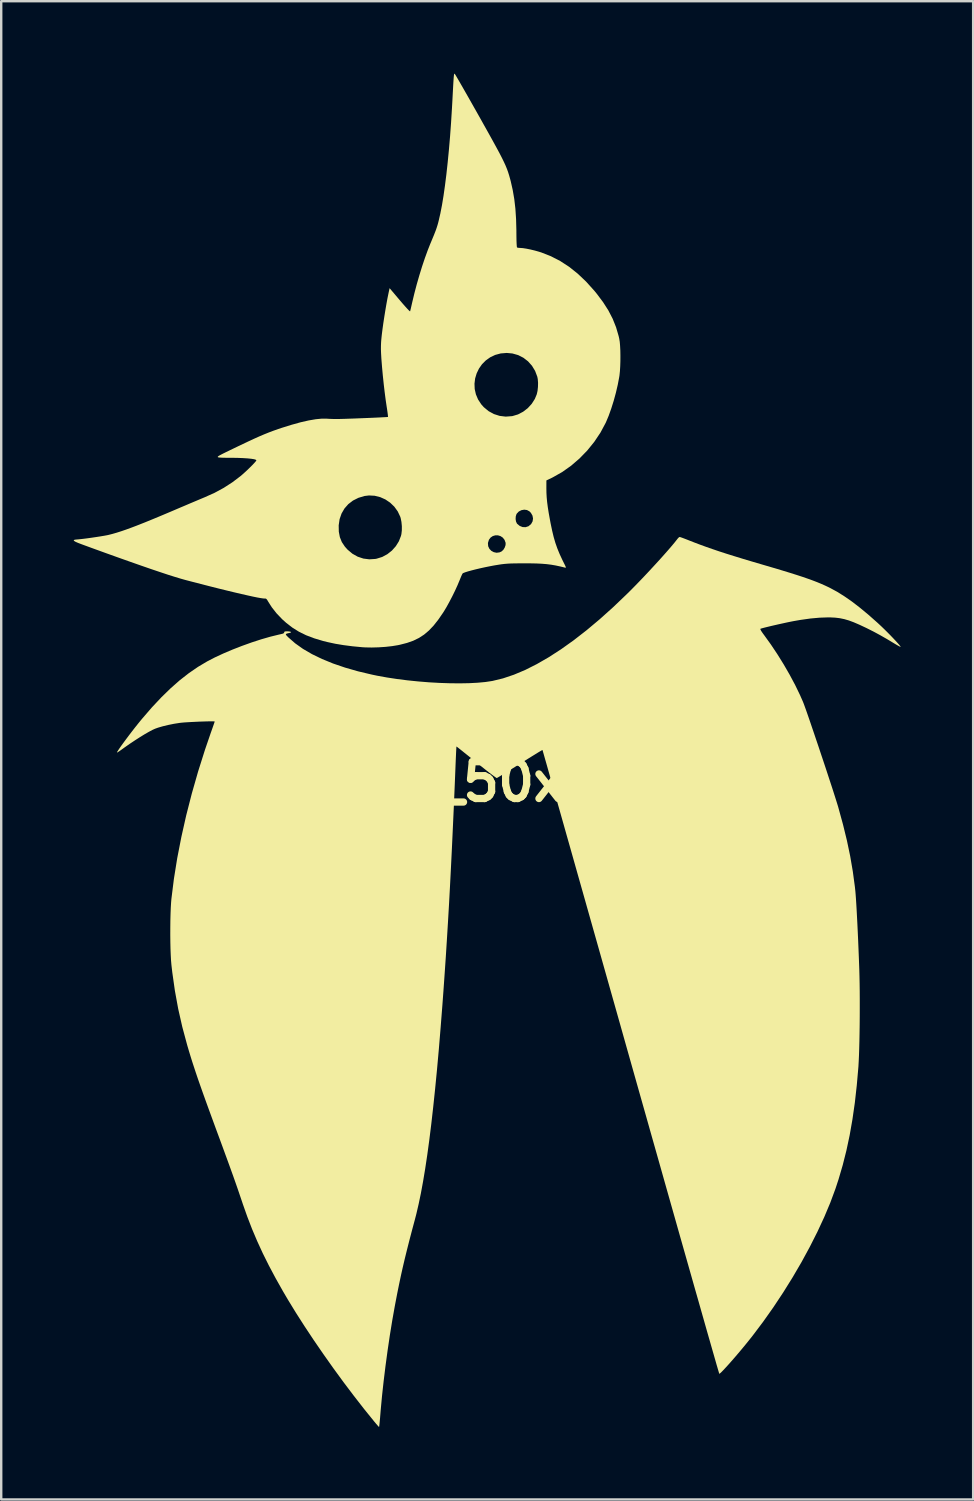
<source format=kicad_pcb>
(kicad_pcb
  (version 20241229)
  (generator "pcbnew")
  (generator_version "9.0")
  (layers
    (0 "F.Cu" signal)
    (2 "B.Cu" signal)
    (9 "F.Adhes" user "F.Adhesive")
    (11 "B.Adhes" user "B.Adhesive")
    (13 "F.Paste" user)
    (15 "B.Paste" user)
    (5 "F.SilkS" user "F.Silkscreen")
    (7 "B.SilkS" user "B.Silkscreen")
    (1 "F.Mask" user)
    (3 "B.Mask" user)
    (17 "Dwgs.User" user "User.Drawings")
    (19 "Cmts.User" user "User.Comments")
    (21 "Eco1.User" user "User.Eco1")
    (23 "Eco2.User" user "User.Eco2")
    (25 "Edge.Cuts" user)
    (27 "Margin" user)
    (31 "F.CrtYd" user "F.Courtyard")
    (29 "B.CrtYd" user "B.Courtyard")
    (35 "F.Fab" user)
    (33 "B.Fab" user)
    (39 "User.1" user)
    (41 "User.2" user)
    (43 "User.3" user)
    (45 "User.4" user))
  (footprint "owl_50x70"
    (layer "F.Cu")
    (at 17.186 29.308)
    (property "Reference" "owl_50x70" (at 0 0 0) (layer "F.SilkS") (effects (font (size 1.524 1.524) (thickness 0.3))))
    (attr board_only exclude_from_pos_files exclude_from_bom)
    (fp_poly (pts (xy -1.414 -29.298) (xy -1.408 -29.29) (xy -1.384 -29.253) (xy -1.338 -29.175) (xy -1.272 -29.063) (xy -1.19 -28.92) (xy -1.092 -28.75) (xy -0.983 -28.559) (xy -0.863 -28.349) (xy -0.737 -28.126) (xy -0.605 -27.893) (xy -0.471 -27.656) (xy -0.337 -27.418) (xy -0.206 -27.183) (xy -0.079 -26.957) (xy 0.04 -26.743) (xy 0.15 -26.545) (xy 0.192 -26.468) (xy 0.331 -26.214) (xy 0.447 -25.998) (xy 0.543 -25.811) (xy 0.623 -25.647) (xy 0.69 -25.5) (xy 0.746 -25.363) (xy 0.794 -25.229) (xy 0.837 -25.091) (xy 0.878 -24.944) (xy 0.9 -24.862) (xy 0.983 -24.495) (xy 1.048 -24.117) (xy 1.094 -23.718) (xy 1.122 -23.29) (xy 1.135 -22.825) (xy 1.135 -22.747) (xy 1.137 -22.548) (xy 1.14 -22.382) (xy 1.146 -22.252) (xy 1.152 -22.163) (xy 1.16 -22.12) (xy 1.163 -22.116) (xy 1.202 -22.104) (xy 1.269 -22.098) (xy 1.293 -22.097) (xy 1.404 -22.089) (xy 1.551 -22.066) (xy 1.719 -22.032) (xy 1.897 -21.989) (xy 2.071 -21.94) (xy 2.166 -21.91) (xy 2.565 -21.753) (xy 2.948 -21.556) (xy 3.317 -21.316) (xy 3.673 -21.032) (xy 4.02 -20.703) (xy 4.36 -20.326) (xy 4.457 -20.207) (xy 4.721 -19.856) (xy 4.941 -19.512) (xy 5.119 -19.168) (xy 5.26 -18.816) (xy 5.367 -18.45) (xy 5.392 -18.34) (xy 5.413 -18.211) (xy 5.427 -18.043) (xy 5.437 -17.846) (xy 5.44 -17.633) (xy 5.439 -17.413) (xy 5.432 -17.198) (xy 5.42 -16.998) (xy 5.402 -16.825) (xy 5.391 -16.754) (xy 5.33 -16.432) (xy 5.252 -16.099) (xy 5.161 -15.766) (xy 5.06 -15.446) (xy 4.954 -15.15) (xy 4.845 -14.89) (xy 4.828 -14.853) (xy 4.614 -14.454) (xy 4.359 -14.073) (xy 4.068 -13.713) (xy 3.746 -13.382) (xy 3.399 -13.083) (xy 3.03 -12.822) (xy 2.646 -12.605) (xy 2.595 -12.579) (xy 2.377 -12.475) (xy 2.376 -12.144) (xy 2.379 -11.962) (xy 2.389 -11.778) (xy 2.407 -11.583) (xy 2.435 -11.369) (xy 2.473 -11.128) (xy 2.523 -10.852) (xy 2.551 -10.702) (xy 2.614 -10.4) (xy 2.678 -10.134) (xy 2.748 -9.893) (xy 2.829 -9.662) (xy 2.924 -9.43) (xy 3.039 -9.182) (xy 3.104 -9.051) (xy 3.151 -8.957) (xy 3.176 -8.899) (xy 3.183 -8.87) (xy 3.172 -8.862) (xy 3.146 -8.867) (xy 2.94 -8.917) (xy 2.751 -8.957) (xy 2.57 -8.988) (xy 2.386 -9.011) (xy 2.19 -9.027) (xy 1.972 -9.038) (xy 1.724 -9.043) (xy 1.438 -9.044) (xy 1.218 -9.043) (xy 1.038 -9.041) (xy 0.89 -9.037) (xy 0.762 -9.03) (xy 0.646 -9.02) (xy 0.532 -9.007) (xy 0.41 -8.989) (xy 0.4 -8.987) (xy 0.216 -8.957) (xy 0.022 -8.92) (xy -0.176 -8.88) (xy -0.371 -8.837) (xy -0.556 -8.793) (xy -0.723 -8.75) (xy -0.868 -8.71) (xy -0.982 -8.674) (xy -1.059 -8.644) (xy -1.09 -8.625) (xy -1.109 -8.591) (xy -1.142 -8.521) (xy -1.182 -8.425) (xy -1.224 -8.321) (xy -1.306 -8.127) (xy -1.406 -7.908) (xy -1.519 -7.678) (xy -1.638 -7.45) (xy -1.755 -7.237) (xy -1.865 -7.054) (xy -1.897 -7.004) (xy -2.096 -6.715) (xy -2.289 -6.47) (xy -2.484 -6.264) (xy -2.685 -6.094) (xy -2.899 -5.955) (xy -3.133 -5.841) (xy -3.392 -5.75) (xy -3.684 -5.675) (xy -3.763 -5.658) (xy -4.005 -5.618) (xy -4.28 -5.587) (xy -4.568 -5.568) (xy -4.854 -5.56) (xy -5.119 -5.565) (xy -5.237 -5.572) (xy -5.648 -5.611) (xy -6.019 -5.659) (xy -6.362 -5.716) (xy -6.686 -5.786) (xy -6.867 -5.831) (xy -7.236 -5.942) (xy -7.565 -6.067) (xy -7.861 -6.212) (xy -8.133 -6.382) (xy -8.39 -6.58) (xy -8.555 -6.728) (xy -8.787 -6.97) (xy -8.986 -7.223) (xy -9.128 -7.445) (xy -9.176 -7.525) (xy -9.211 -7.569) (xy -9.244 -7.587) (xy -9.281 -7.587) (xy -9.34 -7.59) (xy -9.443 -7.605) (xy -9.59 -7.631) (xy -9.775 -7.669) (xy -9.997 -7.718) (xy -10.252 -7.776) (xy -10.538 -7.843) (xy -10.852 -7.919) (xy -11.19 -8.002) (xy -11.55 -8.093) (xy -11.928 -8.19) (xy -12.322 -8.292) (xy -12.57 -8.357) (xy -12.761 -8.411) (xy -12.999 -8.483) (xy -13.281 -8.572) (xy -13.606 -8.68) (xy -13.975 -8.804) (xy -14.385 -8.946) (xy -14.835 -9.104) (xy -15.326 -9.278) (xy -15.856 -9.468) (xy -16.424 -9.674) (xy -16.85 -9.83) (xy -17.004 -9.889) (xy -17.111 -9.936) (xy -17.171 -9.973) (xy -17.186 -10) (xy -17.158 -10.018) (xy -17.086 -10.029) (xy -17.075 -10.029) (xy -16.963 -10.039) (xy -16.814 -10.055) (xy -16.64 -10.077) (xy -16.453 -10.103) (xy -16.263 -10.131) (xy -16.082 -10.159) (xy -15.921 -10.186) (xy -15.792 -10.21) (xy -15.734 -10.223) (xy -15.578 -10.263) (xy -15.408 -10.312) (xy -15.222 -10.371) (xy -15.016 -10.442) (xy -14.786 -10.526) (xy -14.572 -10.607) (xy -6.219 -10.607) (xy -6.214 -10.353) (xy -6.171 -10.128) (xy -6.089 -9.924) (xy -5.963 -9.735) (xy -5.85 -9.609) (xy -5.651 -9.442) (xy -5.432 -9.319) (xy -5.197 -9.241) (xy -4.952 -9.21) (xy -4.701 -9.226) (xy -4.645 -9.237) (xy -4.418 -9.308) (xy -4.206 -9.422) (xy -4.016 -9.572) (xy -3.855 -9.753) (xy -3.778 -9.876) (xy -0.042 -9.876) (xy -0.033 -9.753) (xy 0.017 -9.646) (xy 0.097 -9.562) (xy 0.2 -9.506) (xy 0.315 -9.482) (xy 0.435 -9.497) (xy 0.52 -9.535) (xy 0.594 -9.602) (xy 0.652 -9.696) (xy 0.687 -9.799) (xy 0.69 -9.891) (xy 0.645 -10.016) (xy 0.571 -10.109) (xy 0.477 -10.171) (xy 0.371 -10.203) (xy 0.262 -10.203) (xy 0.158 -10.172) (xy 0.068 -10.111) (xy -0.001 -10.02) (xy -0.039 -9.898) (xy -0.042 -9.876) (xy -3.778 -9.876) (xy -3.728 -9.957) (xy -3.642 -10.178) (xy -3.624 -10.252) (xy -3.606 -10.405) (xy -3.605 -10.581) (xy -3.622 -10.758) (xy -3.646 -10.878) (xy 1.103 -10.878) (xy 1.12 -10.773) (xy 1.158 -10.691) (xy 1.165 -10.682) (xy 1.272 -10.593) (xy 1.392 -10.545) (xy 1.516 -10.54) (xy 1.634 -10.579) (xy 1.644 -10.585) (xy 1.745 -10.673) (xy 1.805 -10.78) (xy 1.824 -10.899) (xy 1.801 -11.019) (xy 1.736 -11.133) (xy 1.674 -11.196) (xy 1.573 -11.25) (xy 1.458 -11.265) (xy 1.342 -11.244) (xy 1.236 -11.189) (xy 1.153 -11.103) (xy 1.138 -11.078) (xy 1.109 -10.986) (xy 1.103 -10.878) (xy -3.646 -10.878) (xy -3.654 -10.917) (xy -3.671 -10.972) (xy -3.776 -11.194) (xy -3.917 -11.389) (xy -4.09 -11.555) (xy -4.287 -11.688) (xy -4.502 -11.784) (xy -4.731 -11.841) (xy -4.966 -11.853) (xy -5.15 -11.831) (xy -5.403 -11.755) (xy -5.628 -11.642) (xy -5.822 -11.493) (xy -5.98 -11.313) (xy -6.101 -11.104) (xy -6.182 -10.871) (xy -6.219 -10.616) (xy -6.219 -10.607) (xy -14.572 -10.607) (xy -14.53 -10.624) (xy -14.243 -10.737) (xy -13.923 -10.868) (xy -13.566 -11.016) (xy -13.168 -11.184) (xy -12.988 -11.261) (xy -12.772 -11.353) (xy -12.559 -11.443) (xy -12.356 -11.53) (xy -12.17 -11.608) (xy -12.007 -11.677) (xy -11.876 -11.732) (xy -11.783 -11.771) (xy -11.775 -11.774) (xy -11.358 -11.961) (xy -10.977 -12.167) (xy -10.618 -12.399) (xy -10.287 -12.65) (xy -10.193 -12.73) (xy -10.09 -12.823) (xy -9.982 -12.923) (xy -9.879 -13.024) (xy -9.785 -13.118) (xy -9.707 -13.201) (xy -9.652 -13.264) (xy -9.626 -13.302) (xy -9.625 -13.307) (xy -9.649 -13.331) (xy -9.72 -13.353) (xy -9.834 -13.371) (xy -9.986 -13.387) (xy -10.174 -13.399) (xy -10.395 -13.408) (xy -10.643 -13.412) (xy -10.744 -13.412) (xy -10.918 -13.413) (xy -11.047 -13.416) (xy -11.137 -13.421) (xy -11.193 -13.428) (xy -11.22 -13.437) (xy -11.225 -13.445) (xy -11.222 -13.456) (xy -11.212 -13.469) (xy -11.189 -13.486) (xy -11.15 -13.51) (xy -11.092 -13.541) (xy -11.009 -13.584) (xy -10.899 -13.638) (xy -10.757 -13.707) (xy -10.579 -13.793) (xy -10.362 -13.898) (xy -10.269 -13.942) (xy -9.979 -14.08) (xy -9.725 -14.198) (xy -9.5 -14.299) (xy -9.295 -14.386) (xy -9.101 -14.464) (xy -8.912 -14.535) (xy -8.719 -14.603) (xy -8.582 -14.649) (xy -8.168 -14.778) (xy -7.794 -14.882) (xy -7.46 -14.958) (xy -7.167 -15.008) (xy -6.916 -15.032) (xy -6.726 -15.031) (xy -6.593 -15.023) (xy -6.446 -15.018) (xy -6.316 -15.016) (xy -6.312 -15.016) (xy -6.232 -15.017) (xy -6.115 -15.02) (xy -5.969 -15.024) (xy -5.799 -15.03) (xy -5.613 -15.036) (xy -5.415 -15.044) (xy -5.213 -15.052) (xy -5.013 -15.06) (xy -4.82 -15.068) (xy -4.642 -15.076) (xy -4.483 -15.084) (xy -4.352 -15.091) (xy -4.253 -15.096) (xy -4.194 -15.101) (xy -4.179 -15.103) (xy -4.179 -15.13) (xy -4.186 -15.198) (xy -4.199 -15.299) (xy -4.217 -15.424) (xy -4.234 -15.533) (xy -4.276 -15.817) (xy -4.317 -16.135) (xy -4.357 -16.475) (xy -4.357 -16.479) (xy -0.599 -16.479) (xy -0.59 -16.258) (xy -0.541 -16.039) (xy -0.451 -15.826) (xy -0.319 -15.625) (xy -0.213 -15.506) (xy -0.015 -15.342) (xy 0.205 -15.222) (xy 0.443 -15.146) (xy 0.692 -15.116) (xy 0.949 -15.135) (xy 0.978 -15.14) (xy 1.202 -15.207) (xy 1.414 -15.318) (xy 1.605 -15.465) (xy 1.769 -15.644) (xy 1.899 -15.848) (xy 1.978 -16.039) (xy 2.01 -16.178) (xy 2.028 -16.343) (xy 2.032 -16.512) (xy 2.02 -16.668) (xy 2.001 -16.766) (xy 1.91 -17.007) (xy 1.78 -17.221) (xy 1.617 -17.404) (xy 1.425 -17.552) (xy 1.209 -17.662) (xy 0.972 -17.729) (xy 0.738 -17.751) (xy 0.487 -17.731) (xy 0.257 -17.669) (xy 0.05 -17.57) (xy -0.132 -17.44) (xy -0.288 -17.283) (xy -0.414 -17.103) (xy -0.509 -16.906) (xy -0.572 -16.697) (xy -0.599 -16.479) (xy -4.357 -16.479) (xy -4.393 -16.82) (xy -4.424 -17.156) (xy -4.449 -17.468) (xy -4.453 -17.522) (xy -4.465 -17.728) (xy -4.471 -17.9) (xy -4.47 -18.052) (xy -4.464 -18.2) (xy -4.454 -18.322) (xy -4.435 -18.505) (xy -4.407 -18.727) (xy -4.373 -18.974) (xy -4.333 -19.237) (xy -4.29 -19.504) (xy -4.246 -19.763) (xy -4.202 -20.004) (xy -4.159 -20.215) (xy -4.142 -20.295) (xy -4.112 -20.432) (xy -3.693 -19.936) (xy -3.575 -19.798) (xy -3.471 -19.68) (xy -3.384 -19.584) (xy -3.318 -19.515) (xy -3.276 -19.478) (xy -3.263 -19.474) (xy -3.254 -19.509) (xy -3.236 -19.583) (xy -3.212 -19.687) (xy -3.184 -19.811) (xy -3.173 -19.857) (xy -3.087 -20.216) (xy -2.989 -20.589) (xy -2.881 -20.964) (xy -2.767 -21.333) (xy -2.65 -21.682) (xy -2.533 -22.003) (xy -2.433 -22.256) (xy -2.35 -22.454) (xy -2.284 -22.614) (xy -2.232 -22.745) (xy -2.19 -22.855) (xy -2.157 -22.953) (xy -2.128 -23.046) (xy -2.101 -23.143) (xy -2.077 -23.238) (xy -2.01 -23.531) (xy -1.944 -23.87) (xy -1.881 -24.253) (xy -1.821 -24.676) (xy -1.763 -25.135) (xy -1.709 -25.628) (xy -1.658 -26.151) (xy -1.611 -26.7) (xy -1.569 -27.272) (xy -1.532 -27.864) (xy -1.513 -28.203) (xy -1.499 -28.472) (xy -1.487 -28.695) (xy -1.477 -28.876) (xy -1.468 -29.019) (xy -1.461 -29.128) (xy -1.454 -29.208) (xy -1.447 -29.262) (xy -1.44 -29.293) (xy -1.432 -29.307) (xy -1.424 -29.308)) (stroke (width 0) (type solid)) (fill yes) (layer "F.SilkS"))
    (fp_poly (pts (xy 7.926 -10.126) (xy 7.997 -10.102) (xy 8.095 -10.065) (xy 8.211 -10.02) (xy 8.243 -10.007) (xy 8.485 -9.912) (xy 8.728 -9.82) (xy 8.977 -9.729) (xy 9.237 -9.638) (xy 9.514 -9.544) (xy 9.812 -9.447) (xy 10.138 -9.345) (xy 10.496 -9.235) (xy 10.891 -9.117) (xy 11.329 -8.988) (xy 11.387 -8.971) (xy 11.786 -8.854) (xy 12.14 -8.748) (xy 12.454 -8.652) (xy 12.733 -8.564) (xy 12.981 -8.483) (xy 13.201 -8.407) (xy 13.4 -8.335) (xy 13.58 -8.266) (xy 13.746 -8.197) (xy 13.902 -8.128) (xy 14.053 -8.057) (xy 14.125 -8.021) (xy 14.413 -7.865) (xy 14.71 -7.679) (xy 15.021 -7.463) (xy 15.347 -7.212) (xy 15.694 -6.925) (xy 16.063 -6.599) (xy 16.133 -6.535) (xy 16.243 -6.432) (xy 16.362 -6.317) (xy 16.485 -6.195) (xy 16.607 -6.072) (xy 16.722 -5.952) (xy 16.827 -5.84) (xy 16.916 -5.743) (xy 16.984 -5.665) (xy 17.027 -5.61) (xy 17.039 -5.586) (xy 17.038 -5.585) (xy 17.014 -5.593) (xy 16.955 -5.623) (xy 16.872 -5.67) (xy 16.772 -5.729) (xy 16.769 -5.731) (xy 16.47 -5.911) (xy 16.194 -6.069) (xy 15.924 -6.215) (xy 15.644 -6.356) (xy 15.588 -6.383) (xy 15.326 -6.506) (xy 15.098 -6.604) (xy 14.894 -6.68) (xy 14.704 -6.735) (xy 14.52 -6.773) (xy 14.333 -6.796) (xy 14.133 -6.806) (xy 14.032 -6.807) (xy 13.685 -6.795) (xy 13.308 -6.761) (xy 12.895 -6.703) (xy 12.613 -6.654) (xy 12.485 -6.629) (xy 12.335 -6.598) (xy 12.171 -6.562) (xy 11.998 -6.524) (xy 11.827 -6.485) (xy 11.663 -6.447) (xy 11.515 -6.411) (xy 11.39 -6.38) (xy 11.296 -6.355) (xy 11.241 -6.338) (xy 11.233 -6.334) (xy 11.234 -6.308) (xy 11.267 -6.245) (xy 11.332 -6.149) (xy 11.392 -6.068) (xy 11.665 -5.689) (xy 11.936 -5.283) (xy 12.198 -4.861) (xy 12.445 -4.433) (xy 12.671 -4.01) (xy 12.869 -3.601) (xy 12.996 -3.313) (xy 13.027 -3.234) (xy 13.072 -3.112) (xy 13.129 -2.952) (xy 13.197 -2.758) (xy 13.274 -2.535) (xy 13.358 -2.288) (xy 13.449 -2.021) (xy 13.544 -1.739) (xy 13.643 -1.447) (xy 13.742 -1.149) (xy 13.842 -0.851) (xy 13.94 -0.556) (xy 14.034 -0.269) (xy 14.124 0.005) (xy 14.208 0.261) (xy 14.283 0.495) (xy 14.349 0.703) (xy 14.404 0.878) (xy 14.447 1.017) (xy 14.46 1.064) (xy 14.652 1.763) (xy 14.815 2.431) (xy 14.95 3.076) (xy 15.058 3.706) (xy 15.142 4.327) (xy 15.163 4.517) (xy 15.174 4.646) (xy 15.187 4.82) (xy 15.201 5.036) (xy 15.216 5.287) (xy 15.231 5.57) (xy 15.247 5.879) (xy 15.263 6.211) (xy 15.279 6.56) (xy 15.294 6.922) (xy 15.309 7.292) (xy 15.323 7.666) (xy 15.327 7.781) (xy 15.334 8.046) (xy 15.34 8.341) (xy 15.344 8.662) (xy 15.346 9) (xy 15.346 9.35) (xy 15.345 9.704) (xy 15.342 10.057) (xy 15.337 10.401) (xy 15.331 10.729) (xy 15.323 11.036) (xy 15.314 11.313) (xy 15.303 11.555) (xy 15.292 11.756) (xy 15.29 11.787) (xy 15.223 12.555) (xy 15.142 13.28) (xy 15.043 13.968) (xy 14.928 14.624) (xy 14.794 15.253) (xy 14.641 15.86) (xy 14.468 16.45) (xy 14.339 16.842) (xy 14.127 17.414) (xy 13.877 18.009) (xy 13.593 18.621) (xy 13.278 19.245) (xy 12.935 19.876) (xy 12.567 20.506) (xy 12.177 21.132) (xy 11.77 21.746) (xy 11.347 22.344) (xy 10.913 22.92) (xy 10.755 23.119) (xy 10.615 23.292) (xy 10.47 23.468) (xy 10.322 23.644) (xy 10.177 23.814) (xy 10.037 23.974) (xy 9.907 24.121) (xy 9.79 24.249) (xy 9.69 24.356) (xy 9.612 24.436) (xy 9.557 24.485) (xy 9.533 24.499) (xy 9.525 24.475) (xy 9.504 24.405) (xy 9.47 24.289) (xy 9.423 24.129) (xy 9.365 23.926) (xy 9.295 23.682) (xy 9.214 23.399) (xy 9.122 23.077) (xy 9.019 22.718) (xy 8.907 22.323) (xy 8.785 21.894) (xy 8.654 21.432) (xy 8.513 20.939) (xy 8.365 20.416) (xy 8.208 19.864) (xy 8.044 19.285) (xy 7.872 18.68) (xy 7.694 18.05) (xy 7.509 17.397) (xy 7.318 16.723) (xy 7.122 16.028) (xy 6.92 15.315) (xy 6.713 14.584) (xy 6.502 13.836) (xy 6.286 13.074) (xy 6.067 12.299) (xy 5.868 11.594) (xy 5.646 10.808) (xy 5.428 10.034) (xy 5.213 9.273) (xy 5.002 8.527) (xy 4.796 7.798) (xy 4.595 7.086) (xy 4.399 6.393) (xy 4.209 5.721) (xy 4.025 5.07) (xy 3.848 4.443) (xy 3.677 3.84) (xy 3.514 3.263) (xy 3.359 2.714) (xy 3.211 2.193) (xy 3.073 1.703) (xy 2.943 1.244) (xy 2.822 0.818) (xy 2.711 0.427) (xy 2.61 0.071) (xy 2.52 -0.248) (xy 2.441 -0.527) (xy 2.373 -0.768) (xy 2.316 -0.966) (xy 2.272 -1.122) (xy 2.24 -1.234) (xy 2.221 -1.3) (xy 2.215 -1.32) (xy 2.192 -1.309) (xy 2.132 -1.274) (xy 2.038 -1.218) (xy 1.915 -1.142) (xy 1.767 -1.051) (xy 1.598 -0.946) (xy 1.414 -0.83) (xy 1.284 -0.749) (xy 1.09 -0.626) (xy 0.907 -0.513) (xy 0.742 -0.41) (xy 0.598 -0.321) (xy 0.48 -0.249) (xy 0.392 -0.196) (xy 0.339 -0.165) (xy 0.325 -0.158) (xy 0.298 -0.171) (xy 0.236 -0.214) (xy 0.143 -0.282) (xy 0.023 -0.373) (xy -0.12 -0.485) (xy -0.283 -0.614) (xy -0.461 -0.757) (xy -0.525 -0.809) (xy -0.699 -0.95) (xy -0.86 -1.08) (xy -1.005 -1.196) (xy -1.129 -1.296) (xy -1.229 -1.375) (xy -1.3 -1.431) (xy -1.339 -1.46) (xy -1.345 -1.463) (xy -1.348 -1.438) (xy -1.352 -1.369) (xy -1.358 -1.265) (xy -1.364 -1.131) (xy -1.371 -0.974) (xy -1.376 -0.86) (xy -1.415 0.105) (xy -1.454 1.023) (xy -1.494 1.901) (xy -1.533 2.741) (xy -1.573 3.549) (xy -1.613 4.327) (xy -1.654 5.082) (xy -1.697 5.816) (xy -1.741 6.535) (xy -1.786 7.242) (xy -1.834 7.942) (xy -1.883 8.639) (xy -1.926 9.222) (xy -2 10.165) (xy -2.074 11.06) (xy -2.15 11.906) (xy -2.228 12.704) (xy -2.307 13.455) (xy -2.387 14.161) (xy -2.469 14.821) (xy -2.553 15.437) (xy -2.639 16.009) (xy -2.727 16.538) (xy -2.817 17.026) (xy -2.91 17.472) (xy -3.004 17.877) (xy -3.063 18.105) (xy -3.186 18.564) (xy -3.296 18.984) (xy -3.394 19.372) (xy -3.484 19.737) (xy -3.566 20.087) (xy -3.643 20.431) (xy -3.716 20.776) (xy -3.788 21.13) (xy -3.86 21.503) (xy -3.9 21.715) (xy -4.003 22.294) (xy -4.102 22.904) (xy -4.195 23.533) (xy -4.281 24.168) (xy -4.358 24.797) (xy -4.425 25.407) (xy -4.479 25.985) (xy -4.493 26.155) (xy -4.506 26.314) (xy -4.519 26.455) (xy -4.53 26.57) (xy -4.54 26.652) (xy -4.547 26.695) (xy -4.549 26.7) (xy -4.569 26.681) (xy -4.614 26.631) (xy -4.678 26.557) (xy -4.752 26.468) (xy -5.171 25.95) (xy -5.595 25.405) (xy -6.021 24.841) (xy -6.443 24.263) (xy -6.855 23.68) (xy -7.255 23.098) (xy -7.635 22.525) (xy -7.992 21.967) (xy -8.32 21.431) (xy -8.517 21.096) (xy -8.828 20.544) (xy -9.108 20.018) (xy -9.361 19.51) (xy -9.591 19.009) (xy -9.804 18.507) (xy -10.002 17.994) (xy -10.19 17.462) (xy -10.2 17.431) (xy -10.268 17.23) (xy -10.332 17.042) (xy -10.393 16.862) (xy -10.455 16.684) (xy -10.518 16.505) (xy -10.584 16.317) (xy -10.656 16.118) (xy -10.734 15.901) (xy -10.821 15.662) (xy -10.919 15.395) (xy -11.028 15.096) (xy -11.152 14.759) (xy -11.275 14.427) (xy -11.439 13.98) (xy -11.587 13.575) (xy -11.72 13.209) (xy -11.839 12.877) (xy -11.946 12.574) (xy -12.043 12.297) (xy -12.13 12.04) (xy -12.209 11.801) (xy -12.283 11.574) (xy -12.351 11.356) (xy -12.416 11.142) (xy -12.479 10.928) (xy -12.488 10.898) (xy -12.692 10.14) (xy -12.861 9.394) (xy -12.998 8.644) (xy -13.107 7.874) (xy -13.142 7.57) (xy -13.158 7.385) (xy -13.17 7.159) (xy -13.18 6.902) (xy -13.186 6.622) (xy -13.189 6.329) (xy -13.188 6.033) (xy -13.185 5.741) (xy -13.178 5.464) (xy -13.168 5.211) (xy -13.155 4.99) (xy -13.142 4.842) (xy -13.039 4.016) (xy -12.902 3.161) (xy -12.731 2.284) (xy -12.53 1.389) (xy -12.298 0.484) (xy -12.038 -0.426) (xy -11.751 -1.334) (xy -11.514 -2.025) (xy -11.463 -2.168) (xy -11.419 -2.294) (xy -11.384 -2.395) (xy -11.36 -2.466) (xy -11.35 -2.497) (xy -11.35 -2.498) (xy -11.374 -2.503) (xy -11.44 -2.505) (xy -11.541 -2.505) (xy -11.67 -2.503) (xy -11.819 -2.498) (xy -11.981 -2.493) (xy -12.148 -2.485) (xy -12.313 -2.477) (xy -12.469 -2.468) (xy -12.608 -2.459) (xy -12.722 -2.449) (xy -12.8 -2.44) (xy -13.036 -2.403) (xy -13.272 -2.355) (xy -13.496 -2.301) (xy -13.693 -2.244) (xy -13.818 -2.199) (xy -13.933 -2.147) (xy -14.08 -2.068) (xy -14.254 -1.968) (xy -14.447 -1.849) (xy -14.652 -1.717) (xy -14.864 -1.576) (xy -15.074 -1.429) (xy -15.211 -1.33) (xy -15.29 -1.274) (xy -15.353 -1.233) (xy -15.39 -1.213) (xy -15.395 -1.213) (xy -15.387 -1.239) (xy -15.351 -1.298) (xy -15.292 -1.387) (xy -15.213 -1.5) (xy -15.117 -1.632) (xy -15.008 -1.779) (xy -14.891 -1.935) (xy -14.769 -2.095) (xy -14.645 -2.254) (xy -14.523 -2.407) (xy -14.407 -2.55) (xy -14.347 -2.622) (xy -13.948 -3.084) (xy -13.558 -3.499) (xy -13.175 -3.872) (xy -12.797 -4.205) (xy -12.419 -4.5) (xy -12.039 -4.761) (xy -11.662 -4.985) (xy -11.348 -5.148) (xy -10.995 -5.312) (xy -10.616 -5.473) (xy -10.221 -5.627) (xy -9.82 -5.771) (xy -9.426 -5.899) (xy -9.048 -6.008) (xy -8.698 -6.094) (xy -8.622 -6.111) (xy -8.536 -6.132) (xy -8.49 -6.154) (xy -8.475 -6.182) (xy -8.475 -6.186) (xy -8.466 -6.214) (xy -8.432 -6.227) (xy -8.361 -6.231) (xy -8.356 -6.231) (xy -8.27 -6.226) (xy -8.212 -6.213) (xy -8.189 -6.196) (xy -8.205 -6.179) (xy -8.239 -6.168) (xy -8.34 -6.145) (xy -8.395 -6.125) (xy -8.407 -6.099) (xy -8.38 -6.058) (xy -8.316 -5.993) (xy -8.3 -5.977) (xy -8.021 -5.734) (xy -7.696 -5.503) (xy -7.325 -5.287) (xy -6.911 -5.086) (xy -6.454 -4.899) (xy -5.956 -4.729) (xy -5.419 -4.575) (xy -4.845 -4.439) (xy -4.625 -4.393) (xy -4.223 -4.32) (xy -3.802 -4.256) (xy -3.367 -4.201) (xy -2.925 -4.156) (xy -2.482 -4.12) (xy -2.044 -4.095) (xy -1.617 -4.081) (xy -1.208 -4.077) (xy -0.822 -4.084) (xy -0.465 -4.103) (xy -0.145 -4.133) (xy 0.134 -4.175) (xy 0.153 -4.179) (xy 0.585 -4.284) (xy 1.033 -4.435) (xy 1.499 -4.631) (xy 1.979 -4.873) (xy 2.474 -5.158) (xy 2.983 -5.487) (xy 3.505 -5.859) (xy 4.038 -6.273) (xy 4.582 -6.729) (xy 5.136 -7.226) (xy 5.699 -7.764) (xy 5.848 -7.911) (xy 6.036 -8.101) (xy 6.235 -8.306) (xy 6.441 -8.522) (xy 6.649 -8.744) (xy 6.854 -8.966) (xy 7.053 -9.183) (xy 7.24 -9.392) (xy 7.411 -9.586) (xy 7.561 -9.76) (xy 7.687 -9.911) (xy 7.783 -10.032) (xy 7.801 -10.056) (xy 7.846 -10.107) (xy 7.885 -10.134) (xy 7.892 -10.135)) (stroke (width 0) (type solid)) (fill yes) (layer "F.SilkS")))
  (gr_rect
    (start -3 -3)
    (end 37.225 59.007)
    (stroke (width 0.1) (type default))
    (fill no)
    (layer "Edge.Cuts")))
</source>
